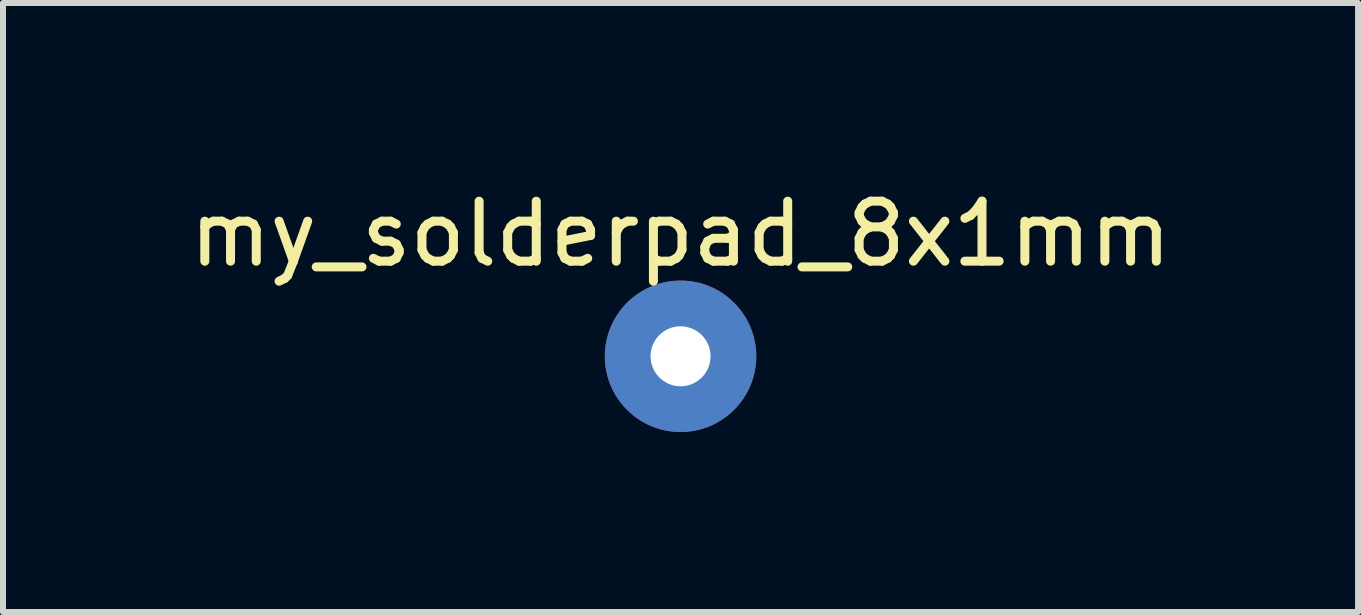
<source format=kicad_pcb>
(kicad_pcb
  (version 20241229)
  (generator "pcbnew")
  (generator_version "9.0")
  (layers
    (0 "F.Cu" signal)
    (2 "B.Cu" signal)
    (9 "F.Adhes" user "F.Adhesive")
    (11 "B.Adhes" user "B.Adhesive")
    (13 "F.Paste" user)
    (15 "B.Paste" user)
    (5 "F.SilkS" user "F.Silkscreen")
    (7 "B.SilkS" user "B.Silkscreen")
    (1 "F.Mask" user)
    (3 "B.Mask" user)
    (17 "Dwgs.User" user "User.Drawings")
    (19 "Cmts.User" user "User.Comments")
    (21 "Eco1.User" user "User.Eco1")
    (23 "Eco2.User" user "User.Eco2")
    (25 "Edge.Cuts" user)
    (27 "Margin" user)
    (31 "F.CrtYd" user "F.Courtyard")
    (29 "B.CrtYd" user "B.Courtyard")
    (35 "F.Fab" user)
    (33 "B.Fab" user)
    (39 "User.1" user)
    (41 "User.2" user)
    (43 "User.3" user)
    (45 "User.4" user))
  (footprint "my_solderpad_8x1mm"
    (layer "F.Cu")
    (at 8.292 0.348)
    (property "Reference" "my_solderpad_8x1mm" (at 0 0.5 0) (layer "F.SilkS") (effects (font (size 1 1) (thickness 0.15))))
    (attr through_hole)
    (pad "1" thru_hole circle (at 0 2.54) (size 2.524 2.524) (drill 1) (layers "*.Cu" "*.Mask")))
  (gr_rect
    (start -3 -3)
    (end 19.583 7.15)
    (stroke (width 0.1) (type default))
    (fill no)
    (layer "Edge.Cuts")))
</source>
